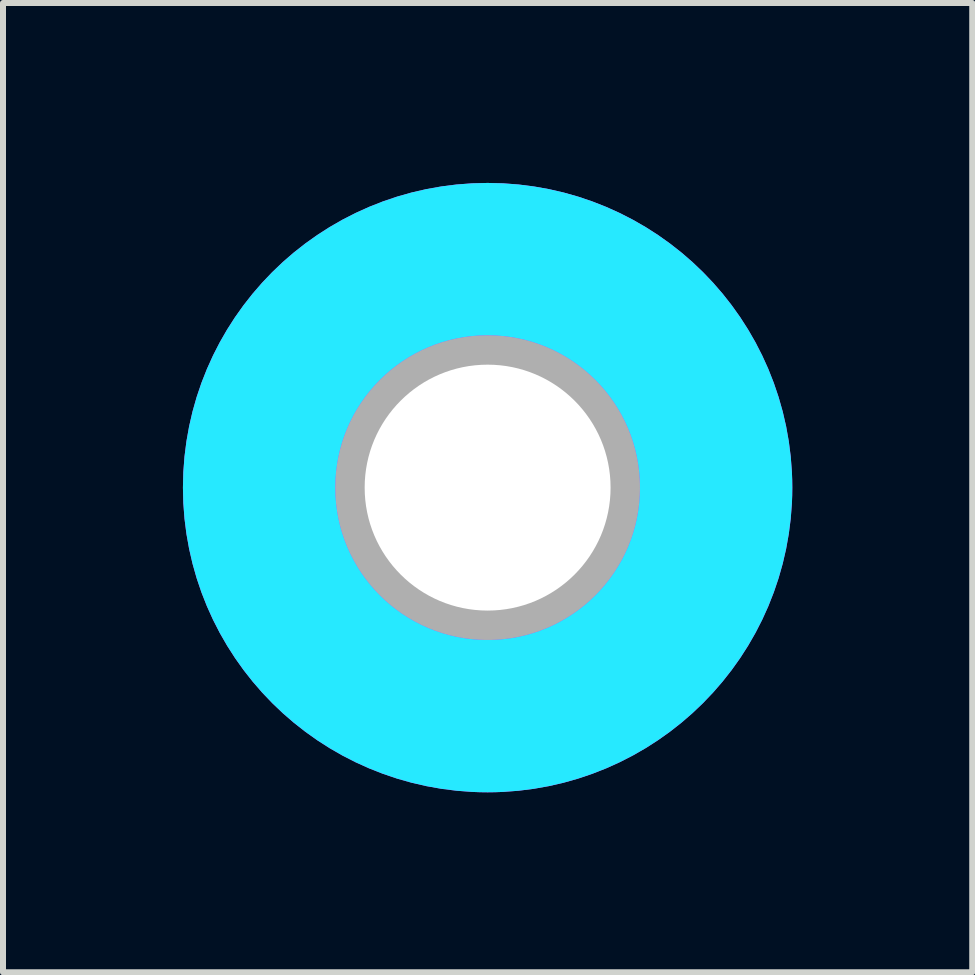
<source format=kicad_pcb>
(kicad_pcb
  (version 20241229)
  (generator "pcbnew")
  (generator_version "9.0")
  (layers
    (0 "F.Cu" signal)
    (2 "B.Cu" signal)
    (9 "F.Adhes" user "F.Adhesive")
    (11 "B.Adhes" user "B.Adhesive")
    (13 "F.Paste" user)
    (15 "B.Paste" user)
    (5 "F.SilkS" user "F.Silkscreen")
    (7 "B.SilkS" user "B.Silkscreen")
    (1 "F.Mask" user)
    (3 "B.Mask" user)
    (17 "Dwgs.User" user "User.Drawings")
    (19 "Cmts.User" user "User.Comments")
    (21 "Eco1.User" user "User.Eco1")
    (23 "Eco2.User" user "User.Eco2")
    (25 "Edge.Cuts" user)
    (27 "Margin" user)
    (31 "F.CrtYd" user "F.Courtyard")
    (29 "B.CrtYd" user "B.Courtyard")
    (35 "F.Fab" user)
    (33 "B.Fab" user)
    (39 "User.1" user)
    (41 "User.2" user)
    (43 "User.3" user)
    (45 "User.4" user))
  (footprint "footprint"
    (layer "F.Cu")
    (at 5.08 5.08)
    (property "Reference" "footprint" (at 0 0 0) (layer "F.SilkS") (effects (font (size 1.27 1.27) (thickness 0.15))))
    (fp_circle (center 0 0) (end 2.15 0) (stroke (width 0.152) (type solid)) (fill no) (layer "F.SilkS"))
    (fp_circle (center 0 0) (end 4.496 0) (stroke (width 0.152) (type solid)) (fill no) (layer "F.SilkS"))
    (fp_circle (center 0 0) (end 3.81 0) (stroke (width 2.54) (type solid)) (fill no) (layer "B.CrtYd"))
    (fp_circle (center 0 0) (end 3.81 0) (stroke (width 2.54) (type solid)) (fill no) (layer "F.CrtYd"))
    (fp_arc (start 0 -2.54) (mid 1.796051 -1.796051) (end 2.54 0) (stroke (width 3.9116) (type solid)) (layer "F.Fab"))
    (fp_arc (start 0 2.54) (mid -1.796051 1.796051) (end -2.54 0) (stroke (width 3.9116) (type solid)) (layer "F.Fab"))
    (fp_circle (center 0 0) (end 0.762 0) (stroke (width 0.457) (type solid)) (fill no) (layer "F.Fab"))
    (pad "" np_thru_hole circle (at 0 0) (size 4.1 4.1) (drill 4.1) (layers "*.Cu" "*.Mask"))
    (zone (net_name "") (layer "F.Cu") (hatch edge 0.508) (connect_pads) (min_thickness 0.254) (filled_areas_thickness no) (keepout (tracks not_allowed) (vias not_allowed) (pads not_allowed) (copperpour not_allowed) (footprints allowed)) (placement (enabled no)) (fill) (polygon (pts (xy 10.16 5.08) (xy 10.083 4.198) (xy 9.854 3.343) (xy 9.479 2.54) (xy 8.972 1.815) (xy 8.345 1.188) (xy 7.62 0.681) (xy 6.817 0.306) (xy 5.962 0.077) (xy 5.08 0) (xy 4.198 0.077) (xy 3.343 0.306) (xy 2.54 0.681) (xy 1.815 1.188) (xy 1.188 1.815) (xy 0.681 2.54) (xy 0.306 3.343) (xy 0.077 4.198) (xy 0 5.08) (xy 0.077 5.962) (xy 0.306 6.817) (xy 0.681 7.62) (xy 1.188 8.345) (xy 1.815 8.972) (xy 2.54 9.479) (xy 3.343 9.854) (xy 4.198 10.083) (xy 5.08 10.16) (xy 5.962 10.083) (xy 6.817 9.854) (xy 7.62 9.479) (xy 8.345 8.972) (xy 8.972 8.345) (xy 9.479 7.62) (xy 9.854 6.817) (xy 10.083 5.962))) (polygon (pts (xy 7.62 5.08) (xy 7.581 4.639) (xy 7.467 4.211) (xy 7.28 3.81) (xy 7.026 3.447) (xy 6.713 3.134) (xy 6.35 2.88) (xy 5.949 2.693) (xy 5.521 2.579) (xy 5.08 2.54) (xy 4.639 2.579) (xy 4.211 2.693) (xy 3.81 2.88) (xy 3.447 3.134) (xy 3.134 3.447) (xy 2.88 3.81) (xy 2.693 4.211) (xy 2.579 4.639) (xy 2.54 5.08) (xy 2.579 5.521) (xy 2.693 5.949) (xy 2.88 6.35) (xy 3.134 6.713) (xy 3.447 7.026) (xy 3.81 7.28) (xy 4.211 7.467) (xy 4.639 7.581) (xy 5.08 7.62) (xy 5.521 7.581) (xy 5.949 7.467) (xy 6.35 7.28) (xy 6.713 7.026) (xy 7.026 6.713) (xy 7.28 6.35) (xy 7.467 5.949) (xy 7.581 5.521))))
    (zone (net_name "") (layers "F.Cu" "B.Cu") (hatch edge 0.508) (connect_pads) (min_thickness 0.254) (filled_areas_thickness no) (keepout (tracks allowed) (vias not_allowed) (pads allowed) (copperpour allowed) (footprints allowed)) (placement (enabled no)) (fill) (polygon (pts (xy 10.16 5.08) (xy 10.083 4.198) (xy 9.854 3.343) (xy 9.479 2.54) (xy 8.972 1.815) (xy 8.345 1.188) (xy 7.62 0.681) (xy 6.817 0.306) (xy 5.962 0.077) (xy 5.08 0) (xy 4.198 0.077) (xy 3.343 0.306) (xy 2.54 0.681) (xy 1.815 1.188) (xy 1.188 1.815) (xy 0.681 2.54) (xy 0.306 3.343) (xy 0.077 4.198) (xy 0 5.08) (xy 0.077 5.962) (xy 0.306 6.817) (xy 0.681 7.62) (xy 1.188 8.345) (xy 1.815 8.972) (xy 2.54 9.479) (xy 3.343 9.854) (xy 4.198 10.083) (xy 5.08 10.16) (xy 5.962 10.083) (xy 6.817 9.854) (xy 7.62 9.479) (xy 8.345 8.972) (xy 8.972 8.345) (xy 9.479 7.62) (xy 9.854 6.817) (xy 10.083 5.962))) (polygon (pts (xy 7.62 5.08) (xy 7.581 4.639) (xy 7.467 4.211) (xy 7.28 3.81) (xy 7.026 3.447) (xy 6.713 3.134) (xy 6.35 2.88) (xy 5.949 2.693) (xy 5.521 2.579) (xy 5.08 2.54) (xy 4.639 2.579) (xy 4.211 2.693) (xy 3.81 2.88) (xy 3.447 3.134) (xy 3.134 3.447) (xy 2.88 3.81) (xy 2.693 4.211) (xy 2.579 4.639) (xy 2.54 5.08) (xy 2.579 5.521) (xy 2.693 5.949) (xy 2.88 6.35) (xy 3.134 6.713) (xy 3.447 7.026) (xy 3.81 7.28) (xy 4.211 7.467) (xy 4.639 7.581) (xy 5.08 7.62) (xy 5.521 7.581) (xy 5.949 7.467) (xy 6.35 7.28) (xy 6.713 7.026) (xy 7.026 6.713) (xy 7.28 6.35) (xy 7.467 5.949) (xy 7.581 5.521))))
    (zone (net_name "") (layer "B.Cu") (hatch edge 0.508) (connect_pads) (min_thickness 0.254) (filled_areas_thickness no) (keepout (tracks not_allowed) (vias not_allowed) (pads not_allowed) (copperpour not_allowed) (footprints allowed)) (placement (enabled no)) (fill) (polygon (pts (xy 10.16 5.08) (xy 10.083 4.198) (xy 9.854 3.343) (xy 9.479 2.54) (xy 8.972 1.815) (xy 8.345 1.188) (xy 7.62 0.681) (xy 6.817 0.306) (xy 5.962 0.077) (xy 5.08 0) (xy 4.198 0.077) (xy 3.343 0.306) (xy 2.54 0.681) (xy 1.815 1.188) (xy 1.188 1.815) (xy 0.681 2.54) (xy 0.306 3.343) (xy 0.077 4.198) (xy 0 5.08) (xy 0.077 5.962) (xy 0.306 6.817) (xy 0.681 7.62) (xy 1.188 8.345) (xy 1.815 8.972) (xy 2.54 9.479) (xy 3.343 9.854) (xy 4.198 10.083) (xy 5.08 10.16) (xy 5.962 10.083) (xy 6.817 9.854) (xy 7.62 9.479) (xy 8.345 8.972) (xy 8.972 8.345) (xy 9.479 7.62) (xy 9.854 6.817) (xy 10.083 5.962))) (polygon (pts (xy 7.62 5.08) (xy 7.581 4.639) (xy 7.467 4.211) (xy 7.28 3.81) (xy 7.026 3.447) (xy 6.713 3.134) (xy 6.35 2.88) (xy 5.949 2.693) (xy 5.521 2.579) (xy 5.08 2.54) (xy 4.639 2.579) (xy 4.211 2.693) (xy 3.81 2.88) (xy 3.447 3.134) (xy 3.134 3.447) (xy 2.88 3.81) (xy 2.693 4.211) (xy 2.579 4.639) (xy 2.54 5.08) (xy 2.579 5.521) (xy 2.693 5.949) (xy 2.88 6.35) (xy 3.134 6.713) (xy 3.447 7.026) (xy 3.81 7.28) (xy 4.211 7.467) (xy 4.639 7.581) (xy 5.08 7.62) (xy 5.521 7.581) (xy 5.949 7.467) (xy 6.35 7.28) (xy 6.713 7.026) (xy 7.026 6.713) (xy 7.28 6.35) (xy 7.467 5.949) (xy 7.581 5.521)))))
  (gr_rect
    (start -3 -3)
    (end 13.16 13.16)
    (stroke (width 0.1) (type default))
    (fill no)
    (layer "Edge.Cuts")))
</source>
